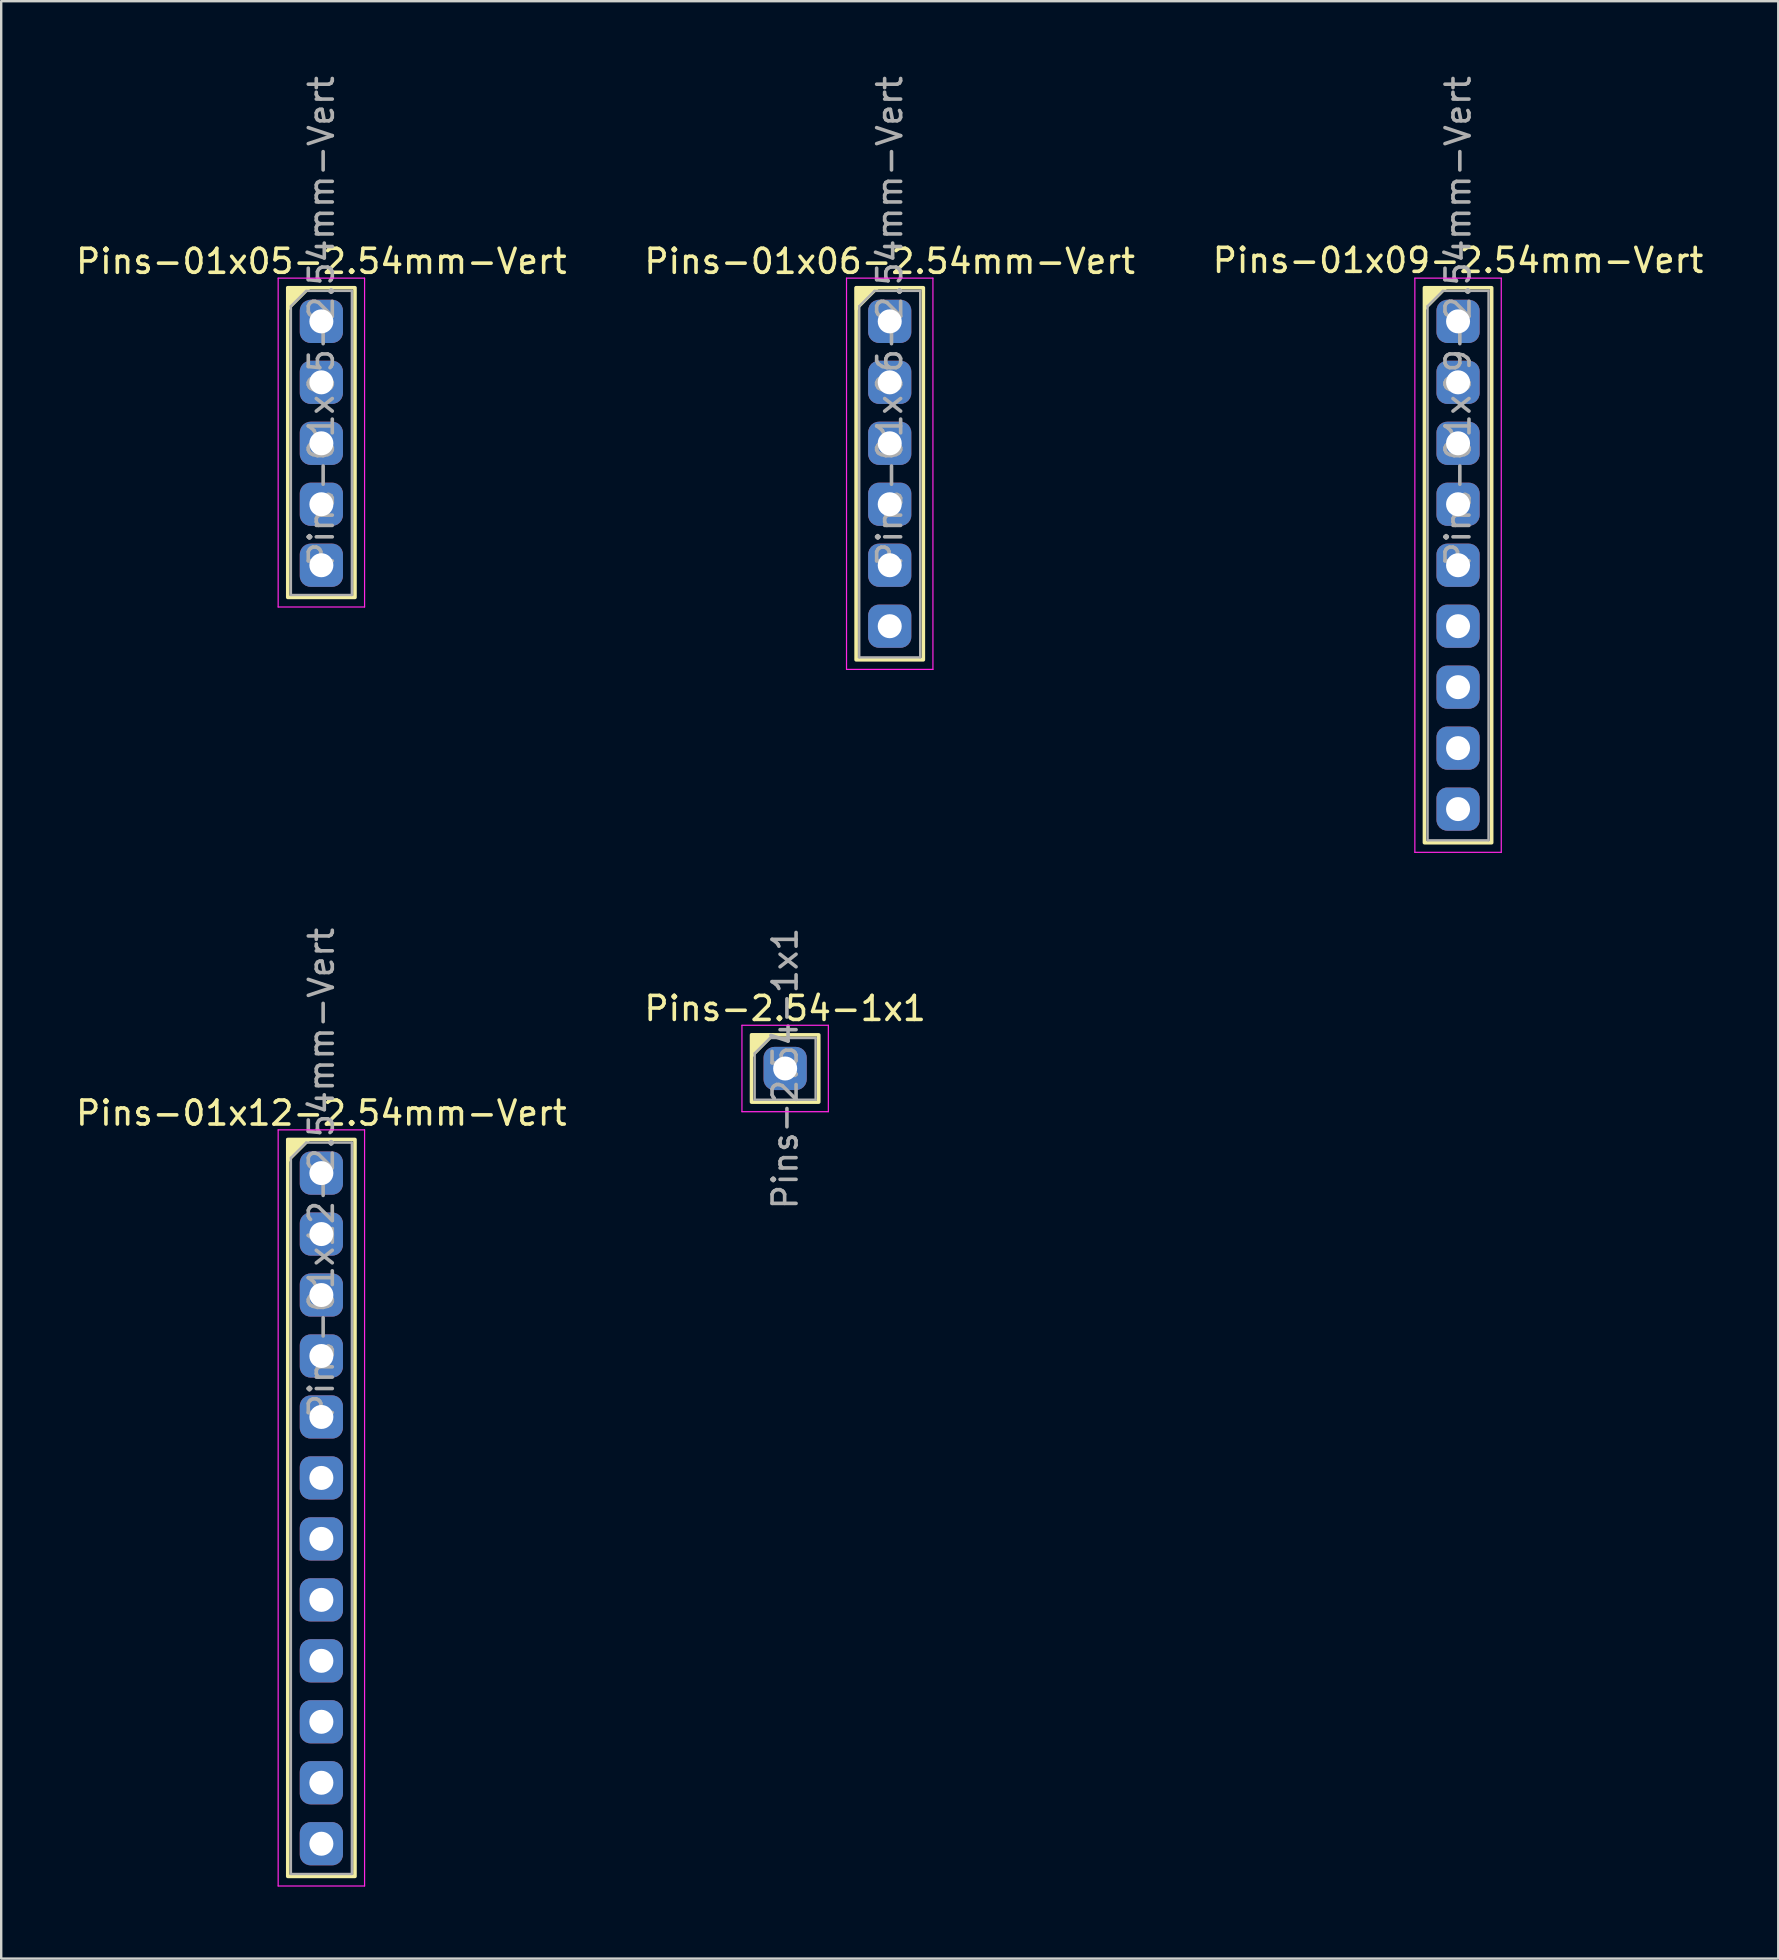
<source format=kicad_pcb>
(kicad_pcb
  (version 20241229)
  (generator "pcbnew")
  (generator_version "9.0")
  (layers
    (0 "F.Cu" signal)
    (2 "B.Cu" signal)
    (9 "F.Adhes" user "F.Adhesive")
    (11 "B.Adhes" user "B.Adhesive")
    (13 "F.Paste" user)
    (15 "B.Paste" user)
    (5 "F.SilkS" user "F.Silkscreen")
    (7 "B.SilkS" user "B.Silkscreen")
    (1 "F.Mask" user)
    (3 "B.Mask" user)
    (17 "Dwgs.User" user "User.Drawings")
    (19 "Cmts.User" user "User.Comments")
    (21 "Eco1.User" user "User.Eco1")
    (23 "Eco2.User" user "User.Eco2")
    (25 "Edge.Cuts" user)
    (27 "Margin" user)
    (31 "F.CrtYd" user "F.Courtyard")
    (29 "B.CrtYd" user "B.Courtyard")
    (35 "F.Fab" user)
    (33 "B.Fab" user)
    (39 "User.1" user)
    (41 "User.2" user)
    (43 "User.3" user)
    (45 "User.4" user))
  (footprint "Pins-01x12-2.54mm-Vert"
    (layer "F.Cu")
    (at 10.339 45.824)
    (property "Reference" "Pins-01x12-2.54mm-Vert" (at 0 -2.5 0) (unlocked yes) (layer "F.SilkS") (effects (font (size 1 1) (thickness 0.15))))
    (attr through_hole)
    (fp_rect (start 1.4 29.3) (end -1.4 -1.4) (stroke (width 0.15) (type solid)) (fill no) (layer "F.SilkS"))
    (fp_poly (pts (xy -1.4 -0.5) (xy -1.4 -1.4) (xy -0.5 -1.4)) (stroke (width 0.12) (type solid)) (fill yes) (layer "F.SilkS"))
    (fp_line (start -1.8 -1.8) (end -1.8 29.7) (stroke (width 0.05) (type solid)) (layer "F.CrtYd"))
    (fp_line (start -1.8 29.7) (end 1.8 29.7) (stroke (width 0.05) (type solid)) (layer "F.CrtYd"))
    (fp_line (start 1.8 -1.8) (end -1.8 -1.8) (stroke (width 0.05) (type solid)) (layer "F.CrtYd"))
    (fp_line (start 1.8 29.7) (end 1.8 -1.8) (stroke (width 0.05) (type solid)) (layer "F.CrtYd"))
    (fp_line (start -1.27 -0.635) (end -0.635 -1.27) (stroke (width 0.1) (type solid)) (layer "F.Fab"))
    (fp_line (start -1.27 29.2) (end -1.27 -0.635) (stroke (width 0.1) (type solid)) (layer "F.Fab"))
    (fp_line (start -0.635 -1.27) (end 1.27 -1.27) (stroke (width 0.1) (type solid)) (layer "F.Fab"))
    (fp_line (start 1.27 -1.27) (end 1.27 29.2) (stroke (width 0.1) (type solid)) (layer "F.Fab"))
    (fp_line (start 1.27 29.2) (end -1.27 29.2) (stroke (width 0.1) (type solid)) (layer "F.Fab"))
    (fp_text user "${REFERENCE}" (at 0 0 90) (layer "F.Fab") (effects (font (size 1 1) (thickness 0.15))))
    (pad "1" thru_hole roundrect (at 0 0) (size 1.8 1.8) (drill 1) (layers "*.Cu" "*.Mask") (roundrect_rratio 0.25))
    (pad "2" thru_hole roundrect (at 0 2.54) (size 1.8 1.8) (drill 1) (layers "*.Cu" "*.Mask") (roundrect_rratio 0.25))
    (pad "3" thru_hole roundrect (at 0 5.08) (size 1.8 1.8) (drill 1) (layers "*.Cu" "*.Mask") (roundrect_rratio 0.25))
    (pad "4" thru_hole roundrect (at 0 7.62) (size 1.8 1.8) (drill 1) (layers "*.Cu" "*.Mask") (roundrect_rratio 0.25))
    (pad "5" thru_hole roundrect (at 0 10.16) (size 1.8 1.8) (drill 1) (layers "*.Cu" "*.Mask") (roundrect_rratio 0.25))
    (pad "6" thru_hole roundrect (at 0 12.7) (size 1.8 1.8) (drill 1) (layers "*.Cu" "*.Mask") (roundrect_rratio 0.25))
    (pad "7" thru_hole roundrect (at 0 15.24) (size 1.8 1.8) (drill 1) (layers "*.Cu" "*.Mask") (roundrect_rratio 0.25))
    (pad "8" thru_hole roundrect (at 0 17.78) (size 1.8 1.8) (drill 1) (layers "*.Cu" "*.Mask") (roundrect_rratio 0.25))
    (pad "9" thru_hole roundrect (at 0 20.32) (size 1.8 1.8) (drill 1) (layers "*.Cu" "*.Mask") (roundrect_rratio 0.25))
    (pad "10" thru_hole roundrect (at 0 22.86) (size 1.8 1.8) (drill 1) (layers "*.Cu" "*.Mask") (roundrect_rratio 0.25))
    (pad "11" thru_hole roundrect (at 0 25.4) (size 1.8 1.8) (drill 1) (layers "*.Cu" "*.Mask") (roundrect_rratio 0.25))
    (pad "12" thru_hole roundrect (at 0 27.94) (size 1.8 1.8) (drill 1) (layers "*.Cu" "*.Mask") (roundrect_rratio 0.25)))
  (footprint "Pins-2.54-1x1"
    (layer "F.Cu")
    (at 29.661 41.466)
    (property "Reference" "Pins-2.54-1x1" (at 0 -2.5 0) (unlocked yes) (layer "F.SilkS") (effects (font (size 1 1) (thickness 0.15))))
    (attr through_hole)
    (fp_rect (start 1.4 -1.4) (end -1.4 1.4) (stroke (width 0.15) (type solid)) (fill no) (layer "F.SilkS"))
    (fp_poly (pts (xy -1.4 -0.5) (xy -1.4 -1.4) (xy -0.5 -1.4)) (stroke (width 0.12) (type solid)) (fill yes) (layer "F.SilkS"))
    (fp_line (start -1.8 -1.8) (end -1.8 1.8) (stroke (width 0.05) (type solid)) (layer "F.CrtYd"))
    (fp_line (start -1.8 1.8) (end 1.8 1.8) (stroke (width 0.05) (type solid)) (layer "F.CrtYd"))
    (fp_line (start 1.8 -1.8) (end -1.8 -1.8) (stroke (width 0.05) (type solid)) (layer "F.CrtYd"))
    (fp_line (start 1.8 1.8) (end 1.8 -1.8) (stroke (width 0.05) (type solid)) (layer "F.CrtYd"))
    (fp_line (start -1.27 -0.635) (end -0.635 -1.27) (stroke (width 0.1) (type solid)) (layer "F.Fab"))
    (fp_line (start -1.27 1.3) (end -1.27 -0.635) (stroke (width 0.1) (type solid)) (layer "F.Fab"))
    (fp_line (start -0.635 -1.27) (end 1.27 -1.27) (stroke (width 0.1) (type solid)) (layer "F.Fab"))
    (fp_line (start 1.27 -1.27) (end 1.27 1.3) (stroke (width 0.1) (type solid)) (layer "F.Fab"))
    (fp_line (start 1.27 1.3) (end -1.27 1.3) (stroke (width 0.1) (type solid)) (layer "F.Fab"))
    (fp_text user "${REFERENCE}" (at 0 0 90) (layer "F.Fab") (effects (font (size 1 1) (thickness 0.15))))
    (pad "1" thru_hole roundrect (at 0 0) (size 1.8 1.8) (drill 1) (layers "*.Cu" "*.Mask") (roundrect_rratio 0.25)))
  (footprint "Pins-01x06-2.54mm-Vert"
    (layer "F.Cu")
    (at 34.018 10.339)
    (property "Reference" "Pins-01x06-2.54mm-Vert" (at 0 -2.5 0) (unlocked yes) (layer "F.SilkS") (effects (font (size 1 1) (thickness 0.15))))
    (attr through_hole)
    (fp_rect (start 1.4 14.1) (end -1.4 -1.4) (stroke (width 0.15) (type solid)) (fill no) (layer "F.SilkS"))
    (fp_poly (pts (xy -1.4 -0.5) (xy -1.4 -1.4) (xy -0.5 -1.4)) (stroke (width 0.12) (type solid)) (fill yes) (layer "F.SilkS"))
    (fp_line (start -1.8 -1.8) (end -1.8 14.5) (stroke (width 0.05) (type solid)) (layer "F.CrtYd"))
    (fp_line (start -1.8 14.5) (end 1.8 14.5) (stroke (width 0.05) (type solid)) (layer "F.CrtYd"))
    (fp_line (start 1.8 -1.8) (end -1.8 -1.8) (stroke (width 0.05) (type solid)) (layer "F.CrtYd"))
    (fp_line (start 1.8 14.5) (end 1.8 -1.8) (stroke (width 0.05) (type solid)) (layer "F.CrtYd"))
    (fp_line (start -1.27 -0.635) (end -0.635 -1.27) (stroke (width 0.1) (type solid)) (layer "F.Fab"))
    (fp_line (start -1.27 14) (end -1.27 -0.635) (stroke (width 0.1) (type solid)) (layer "F.Fab"))
    (fp_line (start -0.635 -1.27) (end 1.27 -1.27) (stroke (width 0.1) (type solid)) (layer "F.Fab"))
    (fp_line (start 1.27 -1.27) (end 1.27 14) (stroke (width 0.1) (type solid)) (layer "F.Fab"))
    (fp_line (start 1.27 14) (end -1.27 14) (stroke (width 0.1) (type solid)) (layer "F.Fab"))
    (fp_text user "${REFERENCE}" (at 0 0 90) (layer "F.Fab") (effects (font (size 1 1) (thickness 0.15))))
    (pad "1" thru_hole roundrect (at 0 0) (size 1.8 1.8) (drill 1) (layers "*.Cu" "*.Mask") (roundrect_rratio 0.25))
    (pad "2" thru_hole roundrect (at 0 2.54) (size 1.8 1.8) (drill 1) (layers "*.Cu" "*.Mask") (roundrect_rratio 0.25))
    (pad "3" thru_hole roundrect (at 0 5.08) (size 1.8 1.8) (drill 1) (layers "*.Cu" "*.Mask") (roundrect_rratio 0.25))
    (pad "4" thru_hole roundrect (at 0 7.62) (size 1.8 1.8) (drill 1) (layers "*.Cu" "*.Mask") (roundrect_rratio 0.25))
    (pad "5" thru_hole roundrect (at 0 10.16) (size 1.8 1.8) (drill 1) (layers "*.Cu" "*.Mask") (roundrect_rratio 0.25))
    (pad "6" thru_hole roundrect (at 0 12.7) (size 1.8 1.8) (drill 1) (layers "*.Cu" "*.Mask") (roundrect_rratio 0.25)))
  (footprint "Pins-01x09-2.54mm-Vert"
    (layer "F.Cu")
    (at 57.696 10.339)
    (property "Reference" "Pins-01x09-2.54mm-Vert" (at 0 -2.54 0) (unlocked yes) (layer "F.SilkS") (effects (font (size 1 1) (thickness 0.15))))
    (attr through_hole)
    (fp_rect (start 1.4 21.72) (end -1.4 -1.4) (stroke (width 0.15) (type solid)) (fill no) (layer "F.SilkS"))
    (fp_poly (pts (xy -1.4 -0.5) (xy -1.4 -1.4) (xy -0.5 -1.4)) (stroke (width 0.12) (type solid)) (fill yes) (layer "F.SilkS"))
    (fp_line (start -1.8 -1.8) (end -1.8 22.12) (stroke (width 0.05) (type solid)) (layer "F.CrtYd"))
    (fp_line (start -1.8 22.12) (end 1.8 22.12) (stroke (width 0.05) (type solid)) (layer "F.CrtYd"))
    (fp_line (start 1.8 -1.8) (end -1.8 -1.8) (stroke (width 0.05) (type solid)) (layer "F.CrtYd"))
    (fp_line (start 1.8 22.12) (end 1.8 -1.8) (stroke (width 0.05) (type solid)) (layer "F.CrtYd"))
    (fp_line (start -1.27 -0.635) (end -0.635 -1.27) (stroke (width 0.1) (type solid)) (layer "F.Fab"))
    (fp_line (start -1.27 21.62) (end -1.27 -0.635) (stroke (width 0.1) (type solid)) (layer "F.Fab"))
    (fp_line (start -0.635 -1.27) (end 1.27 -1.27) (stroke (width 0.1) (type solid)) (layer "F.Fab"))
    (fp_line (start 1.27 -1.27) (end 1.27 21.62) (stroke (width 0.1) (type solid)) (layer "F.Fab"))
    (fp_line (start 1.27 21.62) (end -1.27 21.62) (stroke (width 0.1) (type solid)) (layer "F.Fab"))
    (fp_text user "${REFERENCE}" (at 0 0 90) (layer "F.Fab") (effects (font (size 1 1) (thickness 0.15))))
    (pad "1" thru_hole roundrect (at 0 0) (size 1.8 1.8) (drill 1) (layers "*.Cu" "*.Mask") (roundrect_rratio 0.25))
    (pad "2" thru_hole roundrect (at 0 2.54) (size 1.8 1.8) (drill 1) (layers "*.Cu" "*.Mask") (roundrect_rratio 0.25))
    (pad "3" thru_hole roundrect (at 0 5.08) (size 1.8 1.8) (drill 1) (layers "*.Cu" "*.Mask") (roundrect_rratio 0.25))
    (pad "4" thru_hole roundrect (at 0 7.62) (size 1.8 1.8) (drill 1) (layers "*.Cu" "*.Mask") (roundrect_rratio 0.25))
    (pad "5" thru_hole roundrect (at 0 10.16) (size 1.8 1.8) (drill 1) (layers "*.Cu" "*.Mask") (roundrect_rratio 0.25))
    (pad "6" thru_hole roundrect (at 0 12.7) (size 1.8 1.8) (drill 1) (layers "*.Cu" "*.Mask") (roundrect_rratio 0.25))
    (pad "7" thru_hole roundrect (at 0 15.24) (size 1.8 1.8) (drill 1) (layers "*.Cu" "*.Mask") (roundrect_rratio 0.25))
    (pad "8" thru_hole roundrect (at 0 17.78) (size 1.8 1.8) (drill 1) (layers "*.Cu" "*.Mask") (roundrect_rratio 0.25))
    (pad "9" thru_hole roundrect (at 0 20.32) (size 1.8 1.8) (drill 1) (layers "*.Cu" "*.Mask") (roundrect_rratio 0.25)))
  (footprint "Pins-01x05-2.54mm-Vert"
    (layer "F.Cu")
    (at 10.339 10.339)
    (property "Reference" "Pins-01x05-2.54mm-Vert" (at 0 -2.5 0) (unlocked yes) (layer "F.SilkS") (effects (font (size 1 1) (thickness 0.15))))
    (attr through_hole)
    (fp_rect (start -1.4 -1.4) (end 1.4 11.5) (stroke (width 0.15) (type default)) (fill no) (layer "F.SilkS"))
    (fp_poly (pts (xy -1.4 -0.5) (xy -1.4 -1.4) (xy -0.5 -1.4)) (stroke (width 0.12) (type solid)) (fill yes) (layer "F.SilkS"))
    (fp_line (start -1.8 -1.8) (end -1.8 11.9) (stroke (width 0.05) (type solid)) (layer "F.CrtYd"))
    (fp_line (start -1.8 11.9) (end 1.8 11.9) (stroke (width 0.05) (type solid)) (layer "F.CrtYd"))
    (fp_line (start 1.8 -1.8) (end -1.8 -1.8) (stroke (width 0.05) (type solid)) (layer "F.CrtYd"))
    (fp_line (start 1.8 11.9) (end 1.8 -1.8) (stroke (width 0.05) (type solid)) (layer "F.CrtYd"))
    (fp_line (start -1.27 -0.635) (end -0.635 -1.27) (stroke (width 0.1) (type solid)) (layer "F.Fab"))
    (fp_line (start -1.27 11.4) (end -1.27 -0.635) (stroke (width 0.1) (type solid)) (layer "F.Fab"))
    (fp_line (start -0.635 -1.27) (end 1.27 -1.27) (stroke (width 0.1) (type solid)) (layer "F.Fab"))
    (fp_line (start 1.27 -1.27) (end 1.27 11.4) (stroke (width 0.1) (type solid)) (layer "F.Fab"))
    (fp_line (start 1.27 11.4) (end -1.27 11.4) (stroke (width 0.1) (type solid)) (layer "F.Fab"))
    (fp_text user "${REFERENCE}" (at 0 0 90) (layer "F.Fab") (effects (font (size 1 1) (thickness 0.15))))
    (pad "1" thru_hole roundrect (at 0 0) (size 1.8 1.8) (drill 1) (layers "*.Cu" "*.Mask") (roundrect_rratio 0.25))
    (pad "2" thru_hole roundrect (at 0 2.54) (size 1.8 1.8) (drill 1) (layers "*.Cu" "*.Mask") (roundrect_rratio 0.25))
    (pad "3" thru_hole roundrect (at 0 5.08) (size 1.8 1.8) (drill 1) (layers "*.Cu" "*.Mask") (roundrect_rratio 0.25))
    (pad "4" thru_hole roundrect (at 0 7.62) (size 1.8 1.8) (drill 1) (layers "*.Cu" "*.Mask") (roundrect_rratio 0.25))
    (pad "5" thru_hole roundrect (at 0 10.16) (size 1.8 1.8) (drill 1) (layers "*.Cu" "*.Mask") (roundrect_rratio 0.25)))
  (gr_rect
    (start -3 -3)
    (end 71.036 78.549)
    (stroke (width 0.1) (type default))
    (fill no)
    (layer "Edge.Cuts")))
</source>
